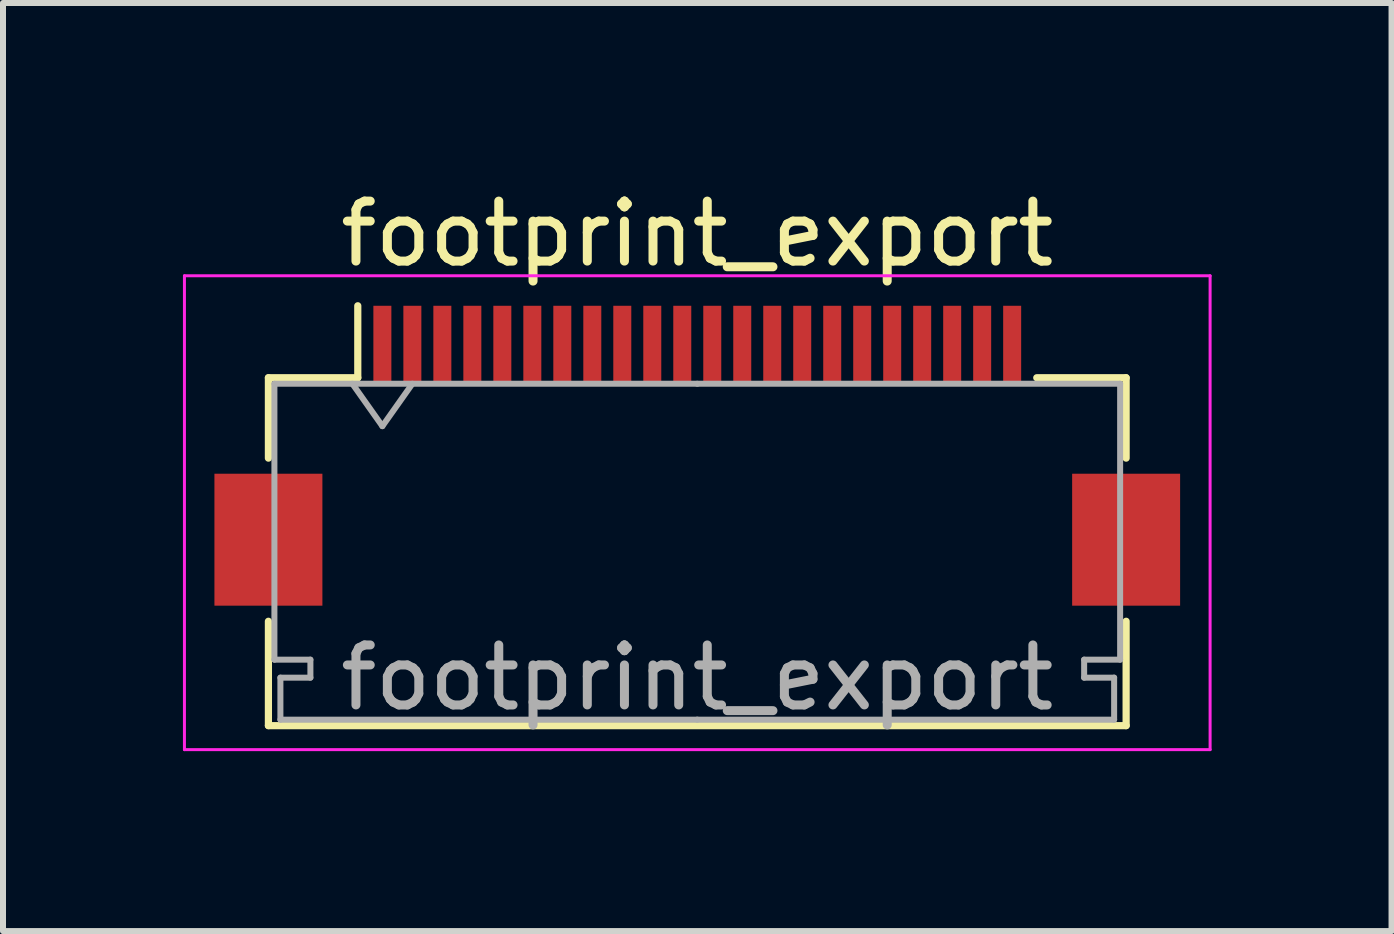
<source format=kicad_pcb>
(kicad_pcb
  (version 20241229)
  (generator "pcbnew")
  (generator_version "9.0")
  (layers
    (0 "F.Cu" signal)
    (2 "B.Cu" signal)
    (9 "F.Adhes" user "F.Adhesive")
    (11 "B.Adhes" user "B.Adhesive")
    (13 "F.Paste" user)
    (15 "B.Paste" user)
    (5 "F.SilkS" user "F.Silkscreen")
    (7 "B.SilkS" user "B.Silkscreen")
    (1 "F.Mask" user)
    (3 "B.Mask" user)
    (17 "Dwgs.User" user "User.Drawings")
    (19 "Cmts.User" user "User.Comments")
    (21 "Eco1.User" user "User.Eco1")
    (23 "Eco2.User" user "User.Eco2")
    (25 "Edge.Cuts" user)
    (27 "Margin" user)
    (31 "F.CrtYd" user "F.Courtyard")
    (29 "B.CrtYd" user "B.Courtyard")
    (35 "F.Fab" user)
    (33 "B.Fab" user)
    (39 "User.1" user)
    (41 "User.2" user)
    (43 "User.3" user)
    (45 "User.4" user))
  (footprint "footprint_export"
    (layer "F.Cu")
    (at 8.575 4.548)
    (property "Reference" "footprint_export" (at 0 -3.7 0) (layer "F.SilkS") (effects (font (size 1 1) (thickness 0.15))))
    (attr smd)
    (fp_line (start -7.15 -1.3) (end -7.15 0.04) (stroke (width 0.12) (type solid)) (layer "F.SilkS"))
    (fp_line (start -7.15 2.76) (end -7.15 4.5) (stroke (width 0.12) (type solid)) (layer "F.SilkS"))
    (fp_line (start -7.15 4.5) (end 7.15 4.5) (stroke (width 0.12) (type solid)) (layer "F.SilkS"))
    (fp_line (start -5.66 -1.3) (end -7.15 -1.3) (stroke (width 0.12) (type solid)) (layer "F.SilkS"))
    (fp_line (start -5.66 -1.3) (end -5.66 -2.5) (stroke (width 0.12) (type solid)) (layer "F.SilkS"))
    (fp_line (start 5.66 -1.3) (end 7.15 -1.3) (stroke (width 0.12) (type solid)) (layer "F.SilkS"))
    (fp_line (start 7.15 -1.3) (end 7.15 0.04) (stroke (width 0.12) (type solid)) (layer "F.SilkS"))
    (fp_line (start 7.15 4.5) (end 7.15 2.76) (stroke (width 0.12) (type solid)) (layer "F.SilkS"))
    (fp_line (start -8.55 -3) (end -8.55 4.9) (stroke (width 0.05) (type solid)) (layer "F.CrtYd"))
    (fp_line (start -8.55 4.9) (end 8.55 4.9) (stroke (width 0.05) (type solid)) (layer "F.CrtYd"))
    (fp_line (start 8.55 -3) (end -8.55 -3) (stroke (width 0.05) (type solid)) (layer "F.CrtYd"))
    (fp_line (start 8.55 4.9) (end 8.55 -3) (stroke (width 0.05) (type solid)) (layer "F.CrtYd"))
    (fp_line (start -7.05 -1.2) (end -7.05 3.4) (stroke (width 0.1) (type solid)) (layer "F.Fab"))
    (fp_line (start -7.05 3.4) (end -6.45 3.4) (stroke (width 0.1) (type solid)) (layer "F.Fab"))
    (fp_line (start -6.95 3.7) (end -6.95 4.4) (stroke (width 0.1) (type solid)) (layer "F.Fab"))
    (fp_line (start -6.95 4.4) (end 0 4.4) (stroke (width 0.1) (type solid)) (layer "F.Fab"))
    (fp_line (start -6.45 3.4) (end -6.45 3.7) (stroke (width 0.1) (type solid)) (layer "F.Fab"))
    (fp_line (start -6.45 3.7) (end -6.95 3.7) (stroke (width 0.1) (type solid)) (layer "F.Fab"))
    (fp_line (start -5.75 -1.2) (end -5.25 -0.493) (stroke (width 0.1) (type solid)) (layer "F.Fab"))
    (fp_line (start -5.25 -0.493) (end -4.75 -1.2) (stroke (width 0.1) (type solid)) (layer "F.Fab"))
    (fp_line (start 0 -1.2) (end -7.05 -1.2) (stroke (width 0.1) (type solid)) (layer "F.Fab"))
    (fp_line (start 0 -1.2) (end 7.05 -1.2) (stroke (width 0.1) (type solid)) (layer "F.Fab"))
    (fp_line (start 6.45 3.4) (end 6.45 3.7) (stroke (width 0.1) (type solid)) (layer "F.Fab"))
    (fp_line (start 6.45 3.7) (end 6.95 3.7) (stroke (width 0.1) (type solid)) (layer "F.Fab"))
    (fp_line (start 6.95 3.7) (end 6.95 4.4) (stroke (width 0.1) (type solid)) (layer "F.Fab"))
    (fp_line (start 6.95 4.4) (end 0 4.4) (stroke (width 0.1) (type solid)) (layer "F.Fab"))
    (fp_line (start 7.05 -1.2) (end 7.05 3.4) (stroke (width 0.1) (type solid)) (layer "F.Fab"))
    (fp_line (start 7.05 3.4) (end 6.45 3.4) (stroke (width 0.1) (type solid)) (layer "F.Fab"))
    (fp_text user "${REFERENCE}" (at 0 3.7 0) (layer "F.Fab") (effects (font (size 1 1) (thickness 0.15))))
    (pad "1" smd rect (at -5.25 -1.85) (size 0.3 1.3) (layers "F.Cu" "F.Mask" "F.Paste"))
    (pad "2" smd rect (at -4.75 -1.85) (size 0.3 1.3) (layers "F.Cu" "F.Mask" "F.Paste"))
    (pad "3" smd rect (at -4.25 -1.85) (size 0.3 1.3) (layers "F.Cu" "F.Mask" "F.Paste"))
    (pad "4" smd rect (at -3.75 -1.85) (size 0.3 1.3) (layers "F.Cu" "F.Mask" "F.Paste"))
    (pad "5" smd rect (at -3.25 -1.85) (size 0.3 1.3) (layers "F.Cu" "F.Mask" "F.Paste"))
    (pad "6" smd rect (at -2.75 -1.85) (size 0.3 1.3) (layers "F.Cu" "F.Mask" "F.Paste"))
    (pad "7" smd rect (at -2.25 -1.85) (size 0.3 1.3) (layers "F.Cu" "F.Mask" "F.Paste"))
    (pad "8" smd rect (at -1.75 -1.85) (size 0.3 1.3) (layers "F.Cu" "F.Mask" "F.Paste"))
    (pad "9" smd rect (at -1.25 -1.85) (size 0.3 1.3) (layers "F.Cu" "F.Mask" "F.Paste"))
    (pad "10" smd rect (at -0.75 -1.85) (size 0.3 1.3) (layers "F.Cu" "F.Mask" "F.Paste"))
    (pad "11" smd rect (at -0.25 -1.85) (size 0.3 1.3) (layers "F.Cu" "F.Mask" "F.Paste"))
    (pad "12" smd rect (at 0.25 -1.85) (size 0.3 1.3) (layers "F.Cu" "F.Mask" "F.Paste"))
    (pad "13" smd rect (at 0.75 -1.85) (size 0.3 1.3) (layers "F.Cu" "F.Mask" "F.Paste"))
    (pad "14" smd rect (at 1.25 -1.85) (size 0.3 1.3) (layers "F.Cu" "F.Mask" "F.Paste"))
    (pad "15" smd rect (at 1.75 -1.85) (size 0.3 1.3) (layers "F.Cu" "F.Mask" "F.Paste"))
    (pad "16" smd rect (at 2.25 -1.85) (size 0.3 1.3) (layers "F.Cu" "F.Mask" "F.Paste"))
    (pad "17" smd rect (at 2.75 -1.85) (size 0.3 1.3) (layers "F.Cu" "F.Mask" "F.Paste"))
    (pad "18" smd rect (at 3.25 -1.85) (size 0.3 1.3) (layers "F.Cu" "F.Mask" "F.Paste"))
    (pad "19" smd rect (at 3.75 -1.85) (size 0.3 1.3) (layers "F.Cu" "F.Mask" "F.Paste"))
    (pad "20" smd rect (at 4.25 -1.85) (size 0.3 1.3) (layers "F.Cu" "F.Mask" "F.Paste"))
    (pad "21" smd rect (at 4.75 -1.85) (size 0.3 1.3) (layers "F.Cu" "F.Mask" "F.Paste"))
    (pad "22" smd rect (at 5.25 -1.85) (size 0.3 1.3) (layers "F.Cu" "F.Mask" "F.Paste"))
    (pad "MP" smd rect (at -7.15 1.4) (size 1.8 2.2) (layers "F.Cu" "F.Mask" "F.Paste"))
    (pad "MP" smd rect (at 7.15 1.4) (size 1.8 2.2) (layers "F.Cu" "F.Mask" "F.Paste")))
  (gr_rect
    (start -3 -3)
    (end 20.15 12.473)
    (stroke (width 0.1) (type default))
    (fill no)
    (layer "Edge.Cuts")))
</source>
